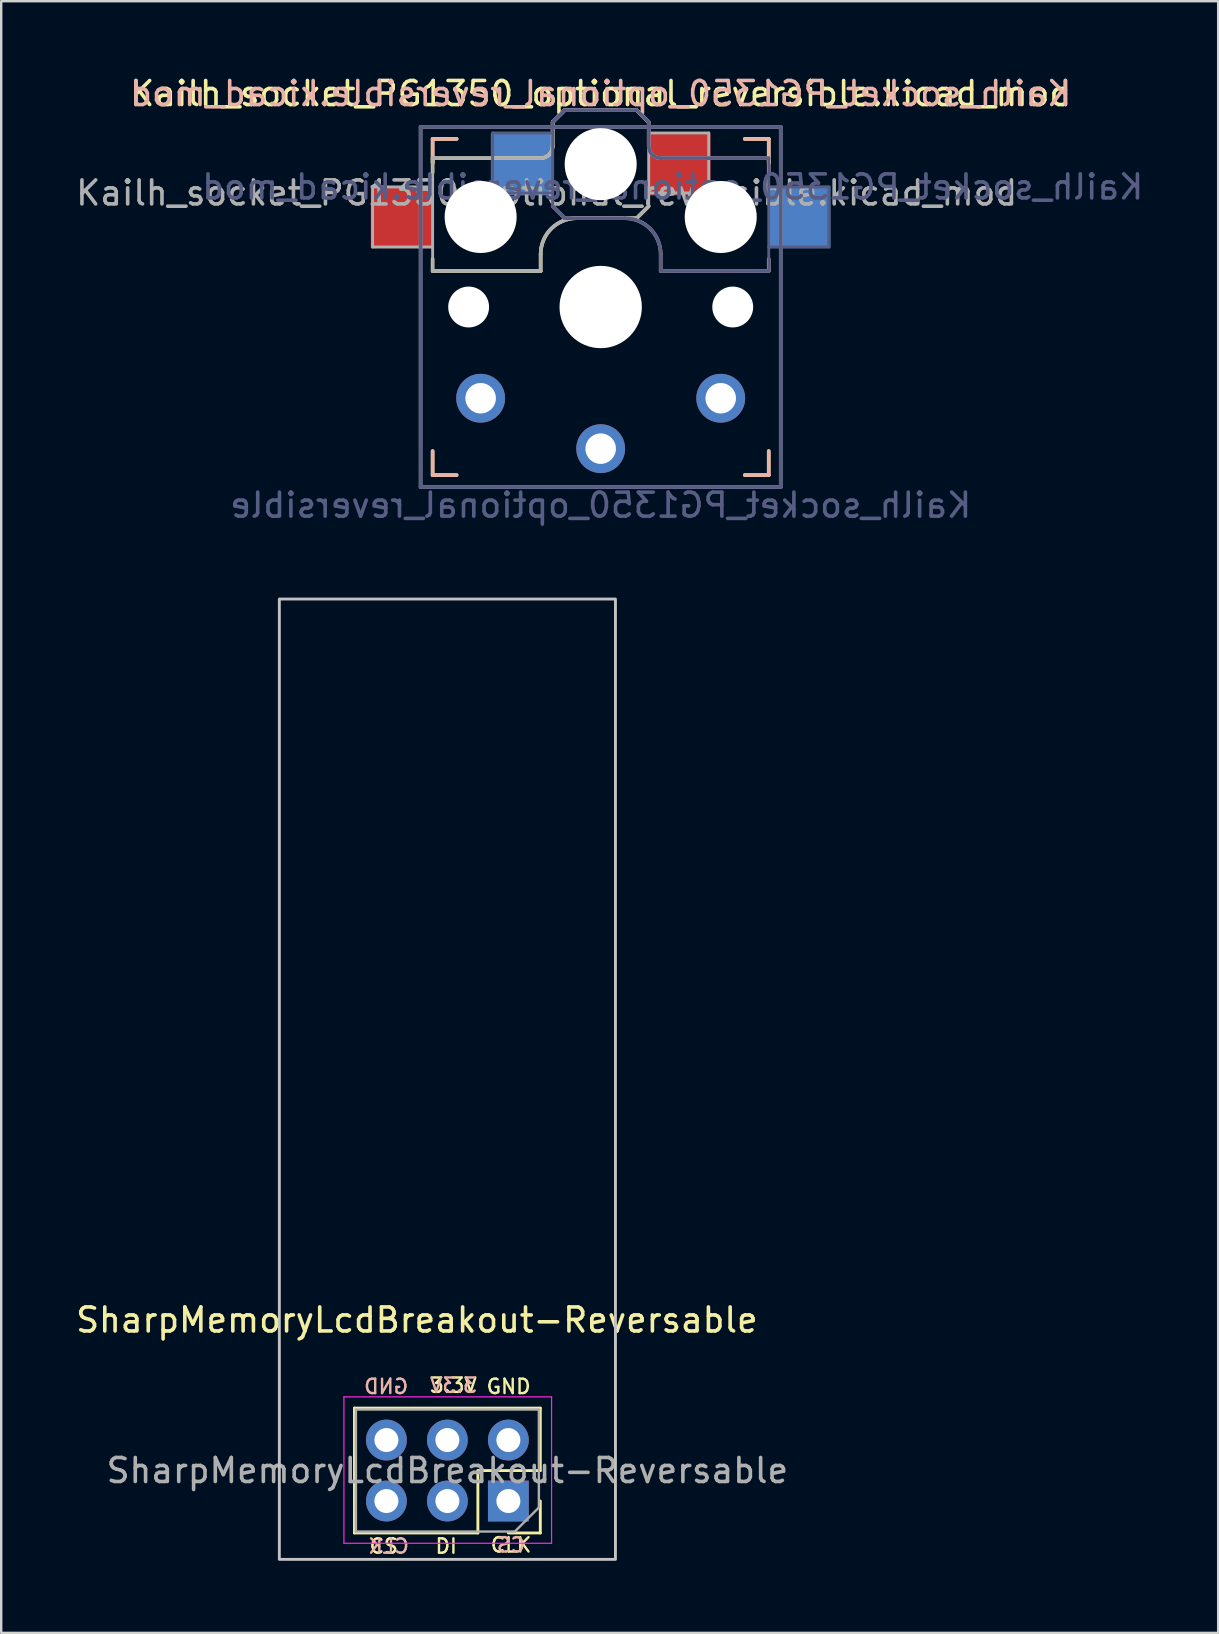
<source format=kicad_pcb>
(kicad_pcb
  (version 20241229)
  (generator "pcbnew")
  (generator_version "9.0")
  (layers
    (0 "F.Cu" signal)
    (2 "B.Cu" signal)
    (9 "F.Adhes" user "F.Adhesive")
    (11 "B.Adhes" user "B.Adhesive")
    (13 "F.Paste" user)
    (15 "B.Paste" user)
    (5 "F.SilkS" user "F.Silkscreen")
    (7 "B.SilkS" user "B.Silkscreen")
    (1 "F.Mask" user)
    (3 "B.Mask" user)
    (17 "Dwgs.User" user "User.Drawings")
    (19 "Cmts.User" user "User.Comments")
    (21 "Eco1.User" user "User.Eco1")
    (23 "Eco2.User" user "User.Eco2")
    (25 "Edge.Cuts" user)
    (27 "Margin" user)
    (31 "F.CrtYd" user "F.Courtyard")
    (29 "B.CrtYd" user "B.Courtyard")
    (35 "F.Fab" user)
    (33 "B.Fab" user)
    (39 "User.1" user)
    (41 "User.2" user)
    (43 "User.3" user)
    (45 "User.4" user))
  (footprint "Kailh_socket_PG1350_optional_reversible.kicad_mod"
    (layer "F.Cu")
    (at 21.97 9.738)
    (property "Reference" "Kailh_socket_PG1350_optional_reversible.kicad_mod" (at 0 -8.89 0) (layer "F.SilkS") (effects (font (size 1 1) (thickness 0.15))))
    (property "Value" "Kailh_socket_PG1350_optional_reversible" (at 0 8.255 0) (layer "F.Fab") (hide yes) (effects (font (size 1 1) (thickness 0.15))))
    (attr through_hole)
    (fp_line (start -7 -7) (end -6 -7) (stroke (width 0.15) (type solid)) (layer "F.SilkS"))
    (fp_line (start -7 -6.2) (end -2.5 -6.2) (stroke (width 0.15) (type solid)) (layer "F.SilkS"))
    (fp_line (start -7 -6) (end -7 -7) (stroke (width 0.15) (type solid)) (layer "F.SilkS"))
    (fp_line (start -7 -5.6) (end -7 -6.2) (stroke (width 0.15) (type solid)) (layer "F.SilkS"))
    (fp_line (start -7 -1.5) (end -7 -2) (stroke (width 0.15) (type solid)) (layer "F.SilkS"))
    (fp_line (start -7 7) (end -7 6) (stroke (width 0.15) (type solid)) (layer "F.SilkS"))
    (fp_line (start -6 7) (end -7 7) (stroke (width 0.15) (type solid)) (layer "F.SilkS"))
    (fp_line (start -2.5 -2.2) (end -2.5 -1.5) (stroke (width 0.15) (type solid)) (layer "F.SilkS"))
    (fp_line (start -2.5 -1.5) (end -7 -1.5) (stroke (width 0.15) (type solid)) (layer "F.SilkS"))
    (fp_line (start -2 -6.7) (end -2 -7.7) (stroke (width 0.15) (type solid)) (layer "F.SilkS"))
    (fp_line (start -1.5 -8.2) (end -2 -7.7) (stroke (width 0.15) (type solid)) (layer "F.SilkS"))
    (fp_line (start 1.5 -8.2) (end -1.5 -8.2) (stroke (width 0.15) (type solid)) (layer "F.SilkS"))
    (fp_line (start 1.5 -3.7) (end -1 -3.7) (stroke (width 0.15) (type solid)) (layer "F.SilkS"))
    (fp_line (start 2 -7.7) (end 1.5 -8.2) (stroke (width 0.15) (type solid)) (layer "F.SilkS"))
    (fp_line (start 2 -4.2) (end 1.5 -3.7) (stroke (width 0.15) (type solid)) (layer "F.SilkS"))
    (fp_line (start 6 -7) (end 7 -7) (stroke (width 0.15) (type solid)) (layer "F.SilkS"))
    (fp_line (start 7 -7) (end 7 -6) (stroke (width 0.15) (type solid)) (layer "F.SilkS"))
    (fp_line (start 7 6) (end 7 7) (stroke (width 0.15) (type solid)) (layer "F.SilkS"))
    (fp_line (start 7 7) (end 6 7) (stroke (width 0.15) (type solid)) (layer "F.SilkS"))
    (fp_arc (start -2.5 -2.2) (mid -2.06066 -3.26066) (end -1 -3.7) (stroke (width 0.15) (type solid)) (layer "F.SilkS"))
    (fp_arc (start -2 -6.7) (mid -2.146447 -6.346447) (end -2.5 -6.2) (stroke (width 0.15) (type solid)) (layer "F.SilkS"))
    (fp_line (start -7 -7) (end -6 -7) (stroke (width 0.15) (type solid)) (layer "B.SilkS"))
    (fp_line (start -7 -6) (end -7 -7) (stroke (width 0.15) (type solid)) (layer "B.SilkS"))
    (fp_line (start -7 7) (end -7 6) (stroke (width 0.15) (type solid)) (layer "B.SilkS"))
    (fp_line (start -6 7) (end -7 7) (stroke (width 0.15) (type solid)) (layer "B.SilkS"))
    (fp_line (start -2 -7.7) (end -1.5 -8.2) (stroke (width 0.15) (type solid)) (layer "B.SilkS"))
    (fp_line (start -2 -4.2) (end -1.5 -3.7) (stroke (width 0.15) (type solid)) (layer "B.SilkS"))
    (fp_line (start -1.5 -8.2) (end 1.5 -8.2) (stroke (width 0.15) (type solid)) (layer "B.SilkS"))
    (fp_line (start -1.5 -3.7) (end 1 -3.7) (stroke (width 0.15) (type solid)) (layer "B.SilkS"))
    (fp_line (start 1.5 -8.2) (end 2 -7.7) (stroke (width 0.15) (type solid)) (layer "B.SilkS"))
    (fp_line (start 2 -6.7) (end 2 -7.7) (stroke (width 0.15) (type solid)) (layer "B.SilkS"))
    (fp_line (start 2.5 -2.2) (end 2.5 -1.5) (stroke (width 0.15) (type solid)) (layer "B.SilkS"))
    (fp_line (start 2.5 -1.5) (end 7 -1.5) (stroke (width 0.15) (type solid)) (layer "B.SilkS"))
    (fp_line (start 6 -7) (end 7 -7) (stroke (width 0.15) (type solid)) (layer "B.SilkS"))
    (fp_line (start 7 -7) (end 7 -6) (stroke (width 0.15) (type solid)) (layer "B.SilkS"))
    (fp_line (start 7 -6.2) (end 2.5 -6.2) (stroke (width 0.15) (type solid)) (layer "B.SilkS"))
    (fp_line (start 7 -5.6) (end 7 -6.2) (stroke (width 0.15) (type solid)) (layer "B.SilkS"))
    (fp_line (start 7 -1.5) (end 7 -2) (stroke (width 0.15) (type solid)) (layer "B.SilkS"))
    (fp_line (start 7 6) (end 7 7) (stroke (width 0.15) (type solid)) (layer "B.SilkS"))
    (fp_line (start 7 7) (end 6 7) (stroke (width 0.15) (type solid)) (layer "B.SilkS"))
    (fp_arc (start 1 -3.7) (mid 2.06066 -3.26066) (end 2.5 -2.2) (stroke (width 0.15) (type solid)) (layer "B.SilkS"))
    (fp_arc (start 2.5 -6.2) (mid 2.146447 -6.346447) (end 2 -6.7) (stroke (width 0.15) (type solid)) (layer "B.SilkS"))
    (fp_line (start -6.9 6.9) (end -6.9 -6.9) (stroke (width 0.15) (type solid)) (layer "Eco2.User"))
    (fp_line (start -6.9 6.9) (end 6.9 6.9) (stroke (width 0.15) (type solid)) (layer "Eco2.User"))
    (fp_line (start -2.6 -3.1) (end -2.6 -6.3) (stroke (width 0.15) (type solid)) (layer "Eco2.User"))
    (fp_line (start -2.6 -3.1) (end 2.6 -3.1) (stroke (width 0.15) (type solid)) (layer "Eco2.User"))
    (fp_line (start 2.6 -6.3) (end -2.6 -6.3) (stroke (width 0.15) (type solid)) (layer "Eco2.User"))
    (fp_line (start 2.6 -3.1) (end 2.6 -6.3) (stroke (width 0.15) (type solid)) (layer "Eco2.User"))
    (fp_line (start 6.9 -6.9) (end -6.9 -6.9) (stroke (width 0.15) (type solid)) (layer "Eco2.User"))
    (fp_line (start 6.9 -6.9) (end 6.9 6.9) (stroke (width 0.15) (type solid)) (layer "Eco2.User"))
    (fp_line (start -7.5 -7.5) (end 7.5 -7.5) (stroke (width 0.15) (type solid)) (layer "B.Fab"))
    (fp_line (start -7.5 7.5) (end -7.5 -7.5) (stroke (width 0.15) (type solid)) (layer "B.Fab"))
    (fp_line (start -4.5 -7.25) (end -2 -7.25) (stroke (width 0.12) (type solid)) (layer "B.Fab"))
    (fp_line (start -4.5 -4.75) (end -4.5 -7.25) (stroke (width 0.12) (type solid)) (layer "B.Fab"))
    (fp_line (start -2 -7.7) (end -1.5 -8.2) (stroke (width 0.15) (type solid)) (layer "B.Fab"))
    (fp_line (start -2 -4.75) (end -4.5 -4.75) (stroke (width 0.12) (type solid)) (layer "B.Fab"))
    (fp_line (start -2 -4.25) (end -2 -7.7) (stroke (width 0.12) (type solid)) (layer "B.Fab"))
    (fp_line (start -2 -4.2) (end -1.5 -3.7) (stroke (width 0.15) (type solid)) (layer "B.Fab"))
    (fp_line (start -1.5 -8.2) (end 1.5 -8.2) (stroke (width 0.15) (type solid)) (layer "B.Fab"))
    (fp_line (start -1.5 -3.7) (end 1 -3.7) (stroke (width 0.15) (type solid)) (layer "B.Fab"))
    (fp_line (start 1.5 -8.2) (end 2 -7.7) (stroke (width 0.15) (type solid)) (layer "B.Fab"))
    (fp_line (start 2 -6.7) (end 2 -7.7) (stroke (width 0.15) (type solid)) (layer "B.Fab"))
    (fp_line (start 2.5 -2.2) (end 2.5 -1.5) (stroke (width 0.15) (type solid)) (layer "B.Fab"))
    (fp_line (start 2.5 -1.5) (end 7 -1.5) (stroke (width 0.15) (type solid)) (layer "B.Fab"))
    (fp_line (start 7 -6.2) (end 2.5 -6.2) (stroke (width 0.15) (type solid)) (layer "B.Fab"))
    (fp_line (start 7 -5) (end 9.5 -5) (stroke (width 0.12) (type solid)) (layer "B.Fab"))
    (fp_line (start 7 -1.5) (end 7 -6.2) (stroke (width 0.12) (type solid)) (layer "B.Fab"))
    (fp_line (start 7.5 -7.5) (end 7.5 7.5) (stroke (width 0.15) (type solid)) (layer "B.Fab"))
    (fp_line (start 7.5 7.5) (end -7.5 7.5) (stroke (width 0.15) (type solid)) (layer "B.Fab"))
    (fp_line (start 9.5 -5) (end 9.5 -2.5) (stroke (width 0.12) (type solid)) (layer "B.Fab"))
    (fp_line (start 9.5 -2.5) (end 7 -2.5) (stroke (width 0.12) (type solid)) (layer "B.Fab"))
    (fp_arc (start 1 -3.7) (mid 2.06066 -3.26066) (end 2.5 -2.2) (stroke (width 0.15) (type solid)) (layer "B.Fab"))
    (fp_arc (start 2.5 -6.2) (mid 2.146447 -6.346447) (end 2 -6.7) (stroke (width 0.15) (type solid)) (layer "B.Fab"))
    (fp_line (start -9.5 -5) (end -9.5 -2.5) (stroke (width 0.12) (type solid)) (layer "F.Fab"))
    (fp_line (start -9.5 -2.5) (end -7 -2.5) (stroke (width 0.12) (type solid)) (layer "F.Fab"))
    (fp_line (start -7.5 -7.5) (end 7.5 -7.5) (stroke (width 0.15) (type solid)) (layer "F.Fab"))
    (fp_line (start -7.5 7.5) (end -7.5 -7.5) (stroke (width 0.15) (type solid)) (layer "F.Fab"))
    (fp_line (start -7 -6.2) (end -2.5 -6.2) (stroke (width 0.15) (type solid)) (layer "F.Fab"))
    (fp_line (start -7 -5) (end -9.5 -5) (stroke (width 0.12) (type solid)) (layer "F.Fab"))
    (fp_line (start -7 -1.5) (end -7 -6.2) (stroke (width 0.12) (type solid)) (layer "F.Fab"))
    (fp_line (start -2.5 -2.2) (end -2.5 -1.5) (stroke (width 0.15) (type solid)) (layer "F.Fab"))
    (fp_line (start -2.5 -1.5) (end -7 -1.5) (stroke (width 0.15) (type solid)) (layer "F.Fab"))
    (fp_line (start -2 -6.7) (end -2 -7.7) (stroke (width 0.15) (type solid)) (layer "F.Fab"))
    (fp_line (start -1.5 -8.2) (end -2 -7.7) (stroke (width 0.15) (type solid)) (layer "F.Fab"))
    (fp_line (start 1.5 -8.2) (end -1.5 -8.2) (stroke (width 0.15) (type solid)) (layer "F.Fab"))
    (fp_line (start 1.5 -3.7) (end -1 -3.7) (stroke (width 0.15) (type solid)) (layer "F.Fab"))
    (fp_line (start 2 -7.7) (end 1.5 -8.2) (stroke (width 0.15) (type solid)) (layer "F.Fab"))
    (fp_line (start 2 -4.75) (end 4.5 -4.75) (stroke (width 0.12) (type solid)) (layer "F.Fab"))
    (fp_line (start 2 -4.25) (end 2 -7.7) (stroke (width 0.12) (type solid)) (layer "F.Fab"))
    (fp_line (start 2 -4.2) (end 1.5 -3.7) (stroke (width 0.15) (type solid)) (layer "F.Fab"))
    (fp_line (start 4.5 -7.25) (end 2 -7.25) (stroke (width 0.12) (type solid)) (layer "F.Fab"))
    (fp_line (start 4.5 -4.75) (end 4.5 -7.25) (stroke (width 0.12) (type solid)) (layer "F.Fab"))
    (fp_line (start 7.5 -7.5) (end 7.5 7.5) (stroke (width 0.15) (type solid)) (layer "F.Fab"))
    (fp_line (start 7.5 7.5) (end -7.5 7.5) (stroke (width 0.15) (type solid)) (layer "F.Fab"))
    (fp_arc (start -2.5 -2.2) (mid -2.06066 -3.26066) (end -1 -3.7) (stroke (width 0.15) (type solid)) (layer "F.Fab"))
    (fp_arc (start -2 -6.7) (mid -2.146447 -6.346447) (end -2.5 -6.2) (stroke (width 0.15) (type solid)) (layer "F.Fab"))
    (fp_text user "${REFERENCE}" (at 0 -8.89 0) (layer "B.SilkS") (effects (font (size 1 1) (thickness 0.15)) (justify mirror)))
    (fp_text user "${REFERENCE}" (at 3 -5 180) (layer "B.Fab") (effects (font (size 1 1) (thickness 0.15)) (justify mirror)))
    (fp_text user "${VALUE}" (at 0 8.255 0) (layer "B.Fab") (effects (font (size 1 1) (thickness 0.15)) (justify mirror)))
    (fp_text user "${REFERENCE}" (at -2.25 -4.75 0) (layer "F.Fab") (effects (font (size 1 1) (thickness 0.15))))
    (pad "" np_thru_hole circle (at -5.5 0) (size 1.702 1.702) (drill 1.702) (layers "*.Cu" "*.Mask"))
    (pad "" np_thru_hole circle (at -5 -3.75) (size 3 3) (drill 3) (layers "*.Cu" "*.Mask"))
    (pad "" np_thru_hole circle (at 0 -5.95) (size 3 3) (drill 3) (layers "*.Cu" "*.Mask"))
    (pad "" np_thru_hole circle (at 0 0) (size 3.429 3.429) (drill 3.429) (layers "*.Cu" "*.Mask"))
    (pad "" np_thru_hole circle (at 5 -3.75) (size 3 3) (drill 3) (layers "*.Cu" "*.Mask"))
    (pad "" np_thru_hole circle (at 5.5 0) (size 1.702 1.702) (drill 1.702) (layers "*.Cu" "*.Mask"))
    (pad "1" smd rect (at -3.275 -5.95) (size 2.6 2.6) (layers "B.Cu" "B.Mask" "B.Paste"))
    (pad "1" thru_hole circle (at 0 5.9) (size 2.032 2.032) (drill 1.27) (layers "*.Cu" "*.Mask"))
    (pad "1" smd rect (at 3.275 -5.95) (size 2.6 2.6) (layers "F.Cu" "F.Mask" "F.Paste"))
    (pad "2" smd rect (at -8.275 -3.75) (size 2.6 2.6) (layers "F.Cu" "F.Mask" "F.Paste"))
    (pad "2" thru_hole circle (at -5 3.8) (size 2.032 2.032) (drill 1.27) (layers "*.Cu" "*.Mask"))
    (pad "2" thru_hole circle (at 5 3.8) (size 2.032 2.032) (drill 1.27) (layers "*.Cu" "*.Mask"))
    (pad "2" smd rect (at 8.275 -3.75) (size 2.6 2.6) (layers "B.Cu" "B.Mask" "B.Paste")))
  (footprint "SharpMemoryLcdBreakout-Reversable"
    (layer "F.Cu")
    (at 15.585 54.702)
    (property "Reference" "SharpMemoryLcdBreakout-Reversable" (at -1.27 -2.77 0) (layer "F.SilkS") (effects (font (size 1 1) (thickness 0.15))))
    (attr through_hole)
    (fp_line (start -3.87 0.9) (end -3.87 6.1) (stroke (width 0.12) (type solid)) (layer "F.SilkS"))
    (fp_line (start 1.27 3.5) (end 1.27 6.1) (stroke (width 0.12) (type solid)) (layer "F.SilkS"))
    (fp_line (start 1.27 6.1) (end -3.87 6.1) (stroke (width 0.12) (type solid)) (layer "F.SilkS"))
    (fp_line (start 3.87 0.9) (end -3.87 0.9) (stroke (width 0.12) (type solid)) (layer "F.SilkS"))
    (fp_line (start 3.87 0.9) (end 3.87 3.5) (stroke (width 0.12) (type solid)) (layer "F.SilkS"))
    (fp_line (start 3.87 3.5) (end 1.27 3.5) (stroke (width 0.12) (type solid)) (layer "F.SilkS"))
    (fp_line (start 3.87 4.77) (end 3.87 6.1) (stroke (width 0.12) (type solid)) (layer "F.SilkS"))
    (fp_line (start 3.87 6.1) (end 2.54 6.1) (stroke (width 0.12) (type solid)) (layer "F.SilkS"))
    (fp_rect (start -7 -32.8) (end 7 7.2) (stroke (width 0.12) (type solid)) (fill no) (layer "Dwgs.User"))
    (fp_line (start -4.31 0.43) (end 4.34 0.43) (stroke (width 0.05) (type solid)) (layer "F.CrtYd"))
    (fp_line (start -4.31 6.53) (end -4.31 0.43) (stroke (width 0.05) (type solid)) (layer "F.CrtYd"))
    (fp_line (start 4.34 0.43) (end 4.34 6.53) (stroke (width 0.05) (type solid)) (layer "F.CrtYd"))
    (fp_line (start 4.34 6.53) (end -4.31 6.53) (stroke (width 0.05) (type solid)) (layer "F.CrtYd"))
    (fp_line (start -3.81 0.96) (end 3.81 0.96) (stroke (width 0.1) (type solid)) (layer "F.Fab"))
    (fp_line (start -3.81 6.04) (end -3.81 0.96) (stroke (width 0.1) (type solid)) (layer "F.Fab"))
    (fp_line (start 2.81 6.04) (end -3.81 6.04) (stroke (width 0.1) (type solid)) (layer "F.Fab"))
    (fp_line (start 3.81 0.96) (end 3.81 5.04) (stroke (width 0.1) (type solid)) (layer "F.Fab"))
    (fp_line (start 3.81 5.04) (end 2.81 6.04) (stroke (width 0.1) (type solid)) (layer "F.Fab"))
    (fp_text user "GND" (at 2.55 0 0) (unlocked yes) (layer "F.SilkS") (effects (font (size 0.6 0.6) (thickness 0.1))))
    (fp_text user "CS" (at -2.65 6.65 0) (unlocked yes) (layer "F.SilkS") (effects (font (size 0.6 0.6) (thickness 0.1))))
    (fp_text user "3.3V" (at 0.25 -0.05 0) (unlocked yes) (layer "F.SilkS") (effects (font (size 0.6 0.6) (thickness 0.1))))
    (fp_text user "CLK" (at 2.65 6.6 0) (unlocked yes) (layer "F.SilkS") (effects (font (size 0.6 0.6) (thickness 0.1))))
    (fp_text user "DI" (at -0.05 6.65 0) (unlocked yes) (layer "F.SilkS") (effects (font (size 0.6 0.6) (thickness 0.1))))
    (fp_text user "GND" (at -2.55 0 0) (unlocked yes) (layer "B.SilkS") (effects (font (size 0.6 0.6) (thickness 0.1)) (justify mirror)))
    (fp_text user "CLK" (at -2.45 6.65 0) (unlocked yes) (layer "B.SilkS") (effects (font (size 0.6 0.6) (thickness 0.1)) (justify mirror)))
    (fp_text user "3.3V" (at 0.25 -0.05 0) (unlocked yes) (layer "B.SilkS") (effects (font (size 0.6 0.6) (thickness 0.1)) (justify mirror)))
    (fp_text user "CS" (at 2.65 6.6 0) (unlocked yes) (layer "B.SilkS") (effects (font (size 0.6 0.6) (thickness 0.1)) (justify mirror)))
    (fp_text user "${REFERENCE}" (at 0 3.5 0) (layer "F.Fab") (effects (font (size 1 1) (thickness 0.15))))
    (pad "1" thru_hole rect (at 2.54 4.77 270) (size 1.7 1.7) (drill 1) (layers "*.Cu" "*.Mask"))
    (pad "2" thru_hole oval (at -2.54 2.23 270) (size 1.7 1.7) (drill 1) (layers "*.Cu" "*.Mask"))
    (pad "2" thru_hole oval (at 2.54 2.23 270) (size 1.7 1.7) (drill 1) (layers "*.Cu" "*.Mask"))
    (pad "3" thru_hole oval (at 0 4.77 270) (size 1.7 1.7) (drill 1) (layers "*.Cu" "*.Mask"))
    (pad "4" thru_hole oval (at 0 2.23 270) (size 1.7 1.7) (drill 1) (layers "*.Cu" "*.Mask"))
    (pad "5" thru_hole oval (at -2.54 4.77 270) (size 1.7 1.7) (drill 1) (layers "*.Cu" "*.Mask")))
  (gr_rect
    (start -3 -3)
    (end 47.69 64.962)
    (stroke (width 0.1) (type default))
    (fill no)
    (layer "Edge.Cuts")))
</source>
